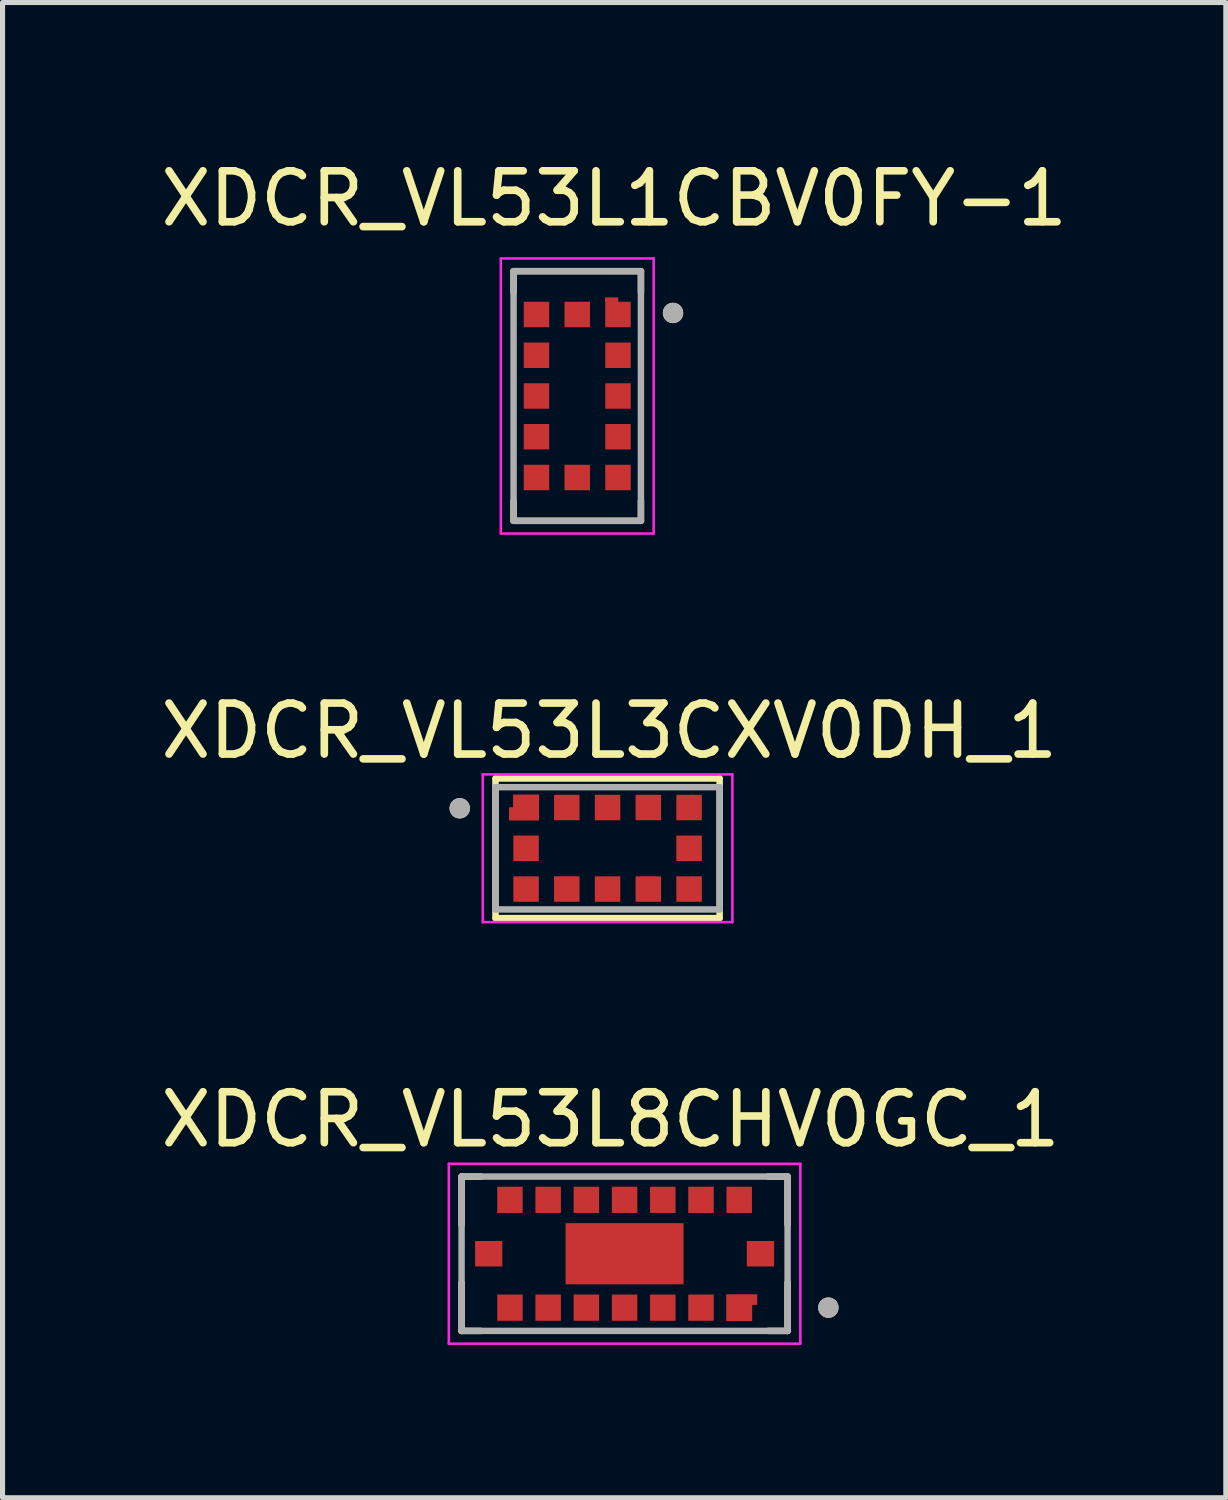
<source format=kicad_pcb>
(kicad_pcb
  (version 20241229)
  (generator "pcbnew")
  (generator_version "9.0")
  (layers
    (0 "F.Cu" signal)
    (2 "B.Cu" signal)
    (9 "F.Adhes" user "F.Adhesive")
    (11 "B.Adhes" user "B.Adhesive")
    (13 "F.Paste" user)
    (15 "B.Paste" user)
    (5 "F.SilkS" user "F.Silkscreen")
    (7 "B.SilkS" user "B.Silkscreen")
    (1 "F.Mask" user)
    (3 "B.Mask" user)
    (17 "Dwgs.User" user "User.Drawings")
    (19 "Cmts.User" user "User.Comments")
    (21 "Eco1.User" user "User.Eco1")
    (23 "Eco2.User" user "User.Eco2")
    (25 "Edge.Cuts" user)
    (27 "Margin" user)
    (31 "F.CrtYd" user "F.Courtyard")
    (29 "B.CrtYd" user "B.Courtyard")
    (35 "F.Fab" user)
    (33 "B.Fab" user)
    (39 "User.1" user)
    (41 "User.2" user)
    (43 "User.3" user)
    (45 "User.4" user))
  (footprint "XDCR_VL53L1CBV0FY-1"
    (layer "F.Cu")
    (at 8.281 4.723)
    (property "Reference" "XDCR_VL53L1CBV0FY-1" (at 0.725 -3.875 0) (layer "F.SilkS") (effects (font (size 1 1) (thickness 0.15))))
    (attr smd)
    (fp_poly (pts (xy 0.45 -2.02) (xy 0.82 -2.02) (xy 0.82 -1.85) (xy 0.45 -1.85)) (stroke (width 0.01) (type solid)) (fill yes) (layer "F.Mask"))
    (fp_line (start -1.25 -2.45) (end 1.25 -2.45) (stroke (width 0.127) (type solid)) (layer "F.SilkS"))
    (fp_line (start -1.25 -2.04) (end -1.25 -2.45) (stroke (width 0.127) (type solid)) (layer "F.SilkS"))
    (fp_line (start -1.25 2.06) (end -1.25 2.45) (stroke (width 0.127) (type solid)) (layer "F.SilkS"))
    (fp_line (start -1.25 2.45) (end 1.25 2.45) (stroke (width 0.127) (type solid)) (layer "F.SilkS"))
    (fp_line (start 1.25 -2.45) (end 1.25 -2.04) (stroke (width 0.127) (type solid)) (layer "F.SilkS"))
    (fp_line (start 1.25 2.45) (end 1.25 2.06) (stroke (width 0.127) (type solid)) (layer "F.SilkS"))
    (fp_circle (center 1.88 -1.63) (end 1.98 -1.63) (stroke (width 0.2) (type solid)) (fill no) (layer "F.SilkS"))
    (fp_poly (pts (xy 0.55 -1.93) (xy 0.8 -1.93) (xy 0.8 -1.85) (xy 0.55 -1.85)) (stroke (width 0.01) (type solid)) (fill yes) (layer "F.Paste"))
    (fp_line (start -1.5 -2.7) (end 1.5 -2.7) (stroke (width 0.05) (type solid)) (layer "F.CrtYd"))
    (fp_line (start -1.5 2.7) (end -1.5 -2.7) (stroke (width 0.05) (type solid)) (layer "F.CrtYd"))
    (fp_line (start 1.5 -2.7) (end 1.5 2.7) (stroke (width 0.05) (type solid)) (layer "F.CrtYd"))
    (fp_line (start 1.5 2.7) (end -1.5 2.7) (stroke (width 0.05) (type solid)) (layer "F.CrtYd"))
    (fp_line (start -1.25 -2.45) (end 1.25 -2.45) (stroke (width 0.127) (type solid)) (layer "F.Fab"))
    (fp_line (start -1.25 2.45) (end -1.25 -2.45) (stroke (width 0.127) (type solid)) (layer "F.Fab"))
    (fp_line (start 1.25 -2.45) (end 1.25 2.45) (stroke (width 0.127) (type solid)) (layer "F.Fab"))
    (fp_line (start 1.25 2.45) (end -1.25 2.45) (stroke (width 0.127) (type solid)) (layer "F.Fab"))
    (fp_circle (center 1.88 -1.63) (end 1.98 -1.63) (stroke (width 0.2) (type solid)) (fill no) (layer "F.Fab"))
    (pad "1" smd custom (at 0.8 -1.6) (size 0.5 0.5) (layers "F.Cu" "F.Mask" "F.Paste") (options (anchor rect)) (primitives (gr_poly (pts (xy -0.25 -0.25) (xy -0.25 -0.33) (xy 0 -0.33) (xy 0 -0.12) (xy 0.11 -0.12) (xy 0.11 0.1) (xy -0.23 0.1) (xy -0.23 -0.25)) (width 0.01) (fill yes))))
    (pad "2" smd rect (at 0.8 -0.8) (size 0.5 0.5) (layers "F.Cu" "F.Mask" "F.Paste"))
    (pad "3" smd rect (at 0.8 0) (size 0.5 0.5) (layers "F.Cu" "F.Mask" "F.Paste"))
    (pad "4" smd rect (at 0.8 0.8) (size 0.5 0.5) (layers "F.Cu" "F.Mask" "F.Paste"))
    (pad "5" smd rect (at 0.8 1.6) (size 0.5 0.5) (layers "F.Cu" "F.Mask" "F.Paste"))
    (pad "6" smd rect (at 0 1.6) (size 0.5 0.5) (layers "F.Cu" "F.Mask" "F.Paste"))
    (pad "7" smd rect (at -0.8 1.6) (size 0.5 0.5) (layers "F.Cu" "F.Mask" "F.Paste"))
    (pad "8" smd rect (at -0.8 0.8) (size 0.5 0.5) (layers "F.Cu" "F.Mask" "F.Paste"))
    (pad "9" smd rect (at -0.8 0) (size 0.5 0.5) (layers "F.Cu" "F.Mask" "F.Paste"))
    (pad "10" smd rect (at -0.8 -0.8) (size 0.5 0.5) (layers "F.Cu" "F.Mask" "F.Paste"))
    (pad "11" smd rect (at -0.8 -1.6) (size 0.5 0.5) (layers "F.Cu" "F.Mask" "F.Paste"))
    (pad "12" smd rect (at 0 -1.6) (size 0.5 0.5) (layers "F.Cu" "F.Mask" "F.Paste")))
  (footprint "XDCR_VL53L3CXV0DH_1"
    (layer "F.Cu")
    (at 8.876 13.601)
    (property "Reference" "XDCR_VL53L3CXV0DH_1" (at 0.035 -2.305 0) (layer "F.SilkS") (effects (font (size 1 1) (thickness 0.15))))
    (attr smd)
    (fp_poly (pts (xy -1.25 -0.45) (xy -1.25 -1.15) (xy -1.95 -1.15) (xy -1.95 -0.9) (xy -2.03 -0.9) (xy -2.03 -0.45)) (stroke (width 0.01) (type solid)) (fill yes) (layer "F.Mask"))
    (fp_line (start -2.2 -1.37) (end -2.2 1.37) (stroke (width 0.127) (type solid)) (layer "F.SilkS"))
    (fp_line (start -2.2 -1.37) (end 2.2 -1.37) (stroke (width 0.127) (type solid)) (layer "F.SilkS"))
    (fp_line (start 2.2 1.37) (end -2.2 1.37) (stroke (width 0.127) (type solid)) (layer "F.SilkS"))
    (fp_line (start 2.2 1.37) (end 2.2 -1.37) (stroke (width 0.127) (type solid)) (layer "F.SilkS"))
    (fp_circle (center -2.902 -0.785) (end -2.802 -0.785) (stroke (width 0.2) (type solid)) (fill no) (layer "F.SilkS"))
    (fp_poly (pts (xy -1.35 -0.55) (xy -1.35 -1.05) (xy -1.85 -1.05) (xy -1.85 -0.8) (xy -1.93 -0.8) (xy -1.93 -0.55)) (stroke (width 0.01) (type solid)) (fill yes) (layer "F.Paste"))
    (fp_line (start -2.45 -1.45) (end 2.45 -1.45) (stroke (width 0.05) (type solid)) (layer "F.CrtYd"))
    (fp_line (start -2.45 1.45) (end -2.45 -1.45) (stroke (width 0.05) (type solid)) (layer "F.CrtYd"))
    (fp_line (start 2.45 -1.45) (end 2.45 1.45) (stroke (width 0.05) (type solid)) (layer "F.CrtYd"))
    (fp_line (start 2.45 1.45) (end -2.45 1.45) (stroke (width 0.05) (type solid)) (layer "F.CrtYd"))
    (fp_line (start -2.2 -1.2) (end 2.2 -1.2) (stroke (width 0.127) (type solid)) (layer "F.Fab"))
    (fp_line (start -2.2 1.2) (end -2.2 -1.2) (stroke (width 0.127) (type solid)) (layer "F.Fab"))
    (fp_line (start 2.2 -1.2) (end 2.2 1.2) (stroke (width 0.127) (type solid)) (layer "F.Fab"))
    (fp_line (start 2.2 1.2) (end -2.2 1.2) (stroke (width 0.127) (type solid)) (layer "F.Fab"))
    (fp_circle (center -2.902 -0.785) (end -2.802 -0.785) (stroke (width 0.2) (type solid)) (fill no) (layer "F.Fab"))
    (pad "1" smd custom (at -1.6 -0.8) (size 0.1 0.1) (layers "F.Cu") (options (anchor rect)) (primitives (gr_poly (pts (xy 0.25 0.25) (xy 0.25 -0.25) (xy -0.25 -0.25) (xy -0.25 0) (xy -0.33 0) (xy -0.33 0.25)) (width 0.01) (fill yes))))
    (pad "2" smd rect (at -0.8 -0.8) (size 0.5 0.5) (layers "F.Cu" "F.Mask" "F.Paste"))
    (pad "3" smd rect (at 0 -0.8) (size 0.5 0.5) (layers "F.Cu" "F.Mask" "F.Paste"))
    (pad "4" smd rect (at 0.8 -0.8) (size 0.5 0.5) (layers "F.Cu" "F.Mask" "F.Paste"))
    (pad "5" smd rect (at 1.6 -0.8) (size 0.5 0.5) (layers "F.Cu" "F.Mask" "F.Paste"))
    (pad "6" smd rect (at 1.6 0) (size 0.5 0.5) (layers "F.Cu" "F.Mask" "F.Paste"))
    (pad "7" smd rect (at 1.6 0.8) (size 0.5 0.5) (layers "F.Cu" "F.Mask" "F.Paste"))
    (pad "8" smd rect (at 0.8 0.8) (size 0.5 0.5) (layers "F.Cu" "F.Mask" "F.Paste"))
    (pad "9" smd rect (at 0 0.8) (size 0.5 0.5) (layers "F.Cu" "F.Mask" "F.Paste"))
    (pad "10" smd rect (at -0.8 0.8) (size 0.5 0.5) (layers "F.Cu" "F.Mask" "F.Paste"))
    (pad "11" smd rect (at -1.6 0.8) (size 0.5 0.5) (layers "F.Cu" "F.Mask" "F.Paste"))
    (pad "12" smd rect (at -1.6 0) (size 0.5 0.5) (layers "F.Cu" "F.Mask" "F.Paste")))
  (footprint "XDCR_VL53L8CHV0GC_1"
    (layer "F.Cu")
    (at 9.21 21.56)
    (property "Reference" "XDCR_VL53L8CHV0GC_1" (at -0.275 -2.635 0) (layer "F.SilkS") (effects (font (size 1 1) (thickness 0.15))))
    (attr smd)
    (fp_poly (pts (xy -2.985 -0.3) (xy -2.35 -0.3) (xy -2.35 0.3) (xy -2.985 0.3)) (stroke (width 0.01) (type solid)) (fill yes) (layer "F.Mask"))
    (fp_poly (pts (xy -2.55 -1.365) (xy -1.95 -1.365) (xy -1.95 -0.75) (xy -2.55 -0.75)) (stroke (width 0.01) (type solid)) (fill yes) (layer "F.Mask"))
    (fp_poly (pts (xy -2.55 0.75) (xy -1.95 0.75) (xy -1.95 1.365) (xy -2.55 1.365)) (stroke (width 0.01) (type solid)) (fill yes) (layer "F.Mask"))
    (fp_poly (pts (xy -1.8 -1.365) (xy -1.2 -1.365) (xy -1.2 -0.75) (xy -1.8 -0.75)) (stroke (width 0.01) (type solid)) (fill yes) (layer "F.Mask"))
    (fp_poly (pts (xy -1.8 0.75) (xy -1.2 0.75) (xy -1.2 1.365) (xy -1.8 1.365)) (stroke (width 0.01) (type solid)) (fill yes) (layer "F.Mask"))
    (fp_poly (pts (xy -1.208 -0.65) (xy 1.208 -0.65) (xy 1.208 0.65) (xy -1.208 0.65)) (stroke (width 0.01) (type solid)) (fill yes) (layer "F.Mask"))
    (fp_poly (pts (xy -1.05 -1.365) (xy -0.45 -1.365) (xy -0.45 -0.75) (xy -1.05 -0.75)) (stroke (width 0.01) (type solid)) (fill yes) (layer "F.Mask"))
    (fp_poly (pts (xy -1.05 0.75) (xy -0.45 0.75) (xy -0.45 1.365) (xy -1.05 1.365)) (stroke (width 0.01) (type solid)) (fill yes) (layer "F.Mask"))
    (fp_poly (pts (xy -0.3 -1.365) (xy 0.3 -1.365) (xy 0.3 -0.75) (xy -0.3 -0.75)) (stroke (width 0.01) (type solid)) (fill yes) (layer "F.Mask"))
    (fp_poly (pts (xy -0.3 0.75) (xy 0.3 0.75) (xy 0.3 1.365) (xy -0.3 1.365)) (stroke (width 0.01) (type solid)) (fill yes) (layer "F.Mask"))
    (fp_poly (pts (xy 0.45 -1.365) (xy 1.05 -1.365) (xy 1.05 -0.75) (xy 0.45 -0.75)) (stroke (width 0.01) (type solid)) (fill yes) (layer "F.Mask"))
    (fp_poly (pts (xy 0.45 0.75) (xy 1.05 0.75) (xy 1.05 1.365) (xy 0.45 1.365)) (stroke (width 0.01) (type solid)) (fill yes) (layer "F.Mask"))
    (fp_poly (pts (xy 1.2 -1.365) (xy 1.8 -1.365) (xy 1.8 -0.75) (xy 1.2 -0.75)) (stroke (width 0.01) (type solid)) (fill yes) (layer "F.Mask"))
    (fp_poly (pts (xy 1.2 0.75) (xy 1.8 0.75) (xy 1.8 1.365) (xy 1.2 1.365)) (stroke (width 0.01) (type solid)) (fill yes) (layer "F.Mask"))
    (fp_poly (pts (xy 1.95 -1.365) (xy 2.55 -1.365) (xy 2.55 -0.75) (xy 1.95 -0.75)) (stroke (width 0.01) (type solid)) (fill yes) (layer "F.Mask"))
    (fp_poly (pts (xy 2.35 -0.3) (xy 2.985 -0.3) (xy 2.985 0.3) (xy 2.35 0.3)) (stroke (width 0.01) (type solid)) (fill yes) (layer "F.Mask"))
    (fp_poly (pts (xy 2.65 0.75) (xy 1.95 0.75) (xy 1.95 1.365) (xy 2.55 1.365) (xy 2.55 1.05) (xy 2.65 1.05)) (stroke (width 0.01) (type solid)) (fill yes) (layer "F.Mask"))
    (fp_line (start -3.2 -1.515) (end -2.82 -1.515) (stroke (width 0.127) (type solid)) (layer "F.SilkS"))
    (fp_line (start -3.2 -0.57) (end -3.2 -1.515) (stroke (width 0.127) (type solid)) (layer "F.SilkS"))
    (fp_line (start -3.2 1.515) (end -3.2 0.57) (stroke (width 0.127) (type solid)) (layer "F.SilkS"))
    (fp_line (start -2.82 1.515) (end -3.2 1.515) (stroke (width 0.127) (type solid)) (layer "F.SilkS"))
    (fp_line (start 2.82 -1.515) (end 3.2 -1.515) (stroke (width 0.127) (type solid)) (layer "F.SilkS"))
    (fp_line (start 3.2 -1.515) (end 3.2 -0.57) (stroke (width 0.127) (type solid)) (layer "F.SilkS"))
    (fp_line (start 3.2 1.515) (end 2.82 1.515) (stroke (width 0.127) (type solid)) (layer "F.SilkS"))
    (fp_line (start 3.2 1.515) (end 3.2 0.57) (stroke (width 0.127) (type solid)) (layer "F.SilkS"))
    (fp_circle (center 4 1.058) (end 4.1 1.058) (stroke (width 0.2) (type solid)) (fill no) (layer "F.SilkS"))
    (fp_poly (pts (xy 2.6 0.8) (xy 2 0.8) (xy 2 1.315) (xy 2.5 1.315) (xy 2.5 1) (xy 2.6 1)) (stroke (width 0.01) (type solid)) (fill yes) (layer "F.Paste"))
    (fp_line (start -3.45 -1.765) (end -3.45 1.765) (stroke (width 0.05) (type solid)) (layer "F.CrtYd"))
    (fp_line (start -3.45 1.765) (end 3.45 1.765) (stroke (width 0.05) (type solid)) (layer "F.CrtYd"))
    (fp_line (start 3.45 -1.765) (end -3.45 -1.765) (stroke (width 0.05) (type solid)) (layer "F.CrtYd"))
    (fp_line (start 3.45 1.765) (end 3.45 -1.765) (stroke (width 0.05) (type solid)) (layer "F.CrtYd"))
    (fp_line (start -3.2 -1.515) (end 3.2 -1.515) (stroke (width 0.127) (type solid)) (layer "F.Fab"))
    (fp_line (start -3.2 1.515) (end -3.2 -1.515) (stroke (width 0.127) (type solid)) (layer "F.Fab"))
    (fp_line (start 3.2 -1.515) (end 3.2 1.515) (stroke (width 0.127) (type solid)) (layer "F.Fab"))
    (fp_line (start 3.2 1.515) (end -3.2 1.515) (stroke (width 0.127) (type solid)) (layer "F.Fab"))
    (fp_circle (center 4 1.058) (end 4.1 1.058) (stroke (width 0.2) (type solid)) (fill no) (layer "F.Fab"))
    (pad "A1" smd custom (at 2.25 1.058) (size 0.25 0.25) (layers "F.Cu") (options (anchor rect)) (primitives (gr_poly (pts (xy 0.35 -0.258) (xy -0.25 -0.258) (xy -0.25 0.258) (xy 0.25 0.258) (xy 0.25 -0.058) (xy 0.35 -0.058)) (width 0.01) (fill yes))))
    (pad "A2" smd rect (at 1.5 1.058) (size 0.5 0.515) (layers "F.Cu" "F.Paste"))
    (pad "A3" smd rect (at 0.75 1.058) (size 0.5 0.515) (layers "F.Cu" "F.Paste"))
    (pad "A4" smd rect (at 0 1.058) (size 0.5 0.515) (layers "F.Cu" "F.Paste"))
    (pad "A5" smd rect (at -0.75 1.058) (size 0.5 0.515) (layers "F.Cu" "F.Paste"))
    (pad "A6" smd rect (at -1.5 1.058) (size 0.5 0.515) (layers "F.Cu" "F.Paste"))
    (pad "A7" smd rect (at -2.25 1.058) (size 0.5 0.515) (layers "F.Cu" "F.Paste"))
    (pad "B1" smd rect (at 2.667 0) (size 0.535 0.5) (layers "F.Cu" "F.Paste"))
    (pad "B4" smd rect (at 0 0) (size 2.316 1.2) (layers "F.Cu" "F.Paste"))
    (pad "B7" smd rect (at -2.667 0) (size 0.535 0.5) (layers "F.Cu" "F.Paste"))
    (pad "C1" smd rect (at 2.25 -1.058) (size 0.5 0.515) (layers "F.Cu" "F.Paste"))
    (pad "C2" smd rect (at 1.5 -1.058) (size 0.5 0.515) (layers "F.Cu" "F.Paste"))
    (pad "C3" smd rect (at 0.75 -1.058) (size 0.5 0.515) (layers "F.Cu" "F.Paste"))
    (pad "C4" smd rect (at 0 -1.058) (size 0.5 0.515) (layers "F.Cu" "F.Paste"))
    (pad "C5" smd rect (at -0.75 -1.058) (size 0.5 0.515) (layers "F.Cu" "F.Paste"))
    (pad "C6" smd rect (at -1.5 -1.058) (size 0.5 0.515) (layers "F.Cu" "F.Paste"))
    (pad "C7" smd rect (at -2.25 -1.058) (size 0.5 0.515) (layers "F.Cu" "F.Paste")))
  (gr_rect
    (start -3 -3)
    (end 21.012 26.35)
    (stroke (width 0.1) (type default))
    (fill no)
    (layer "Edge.Cuts")))
</source>
